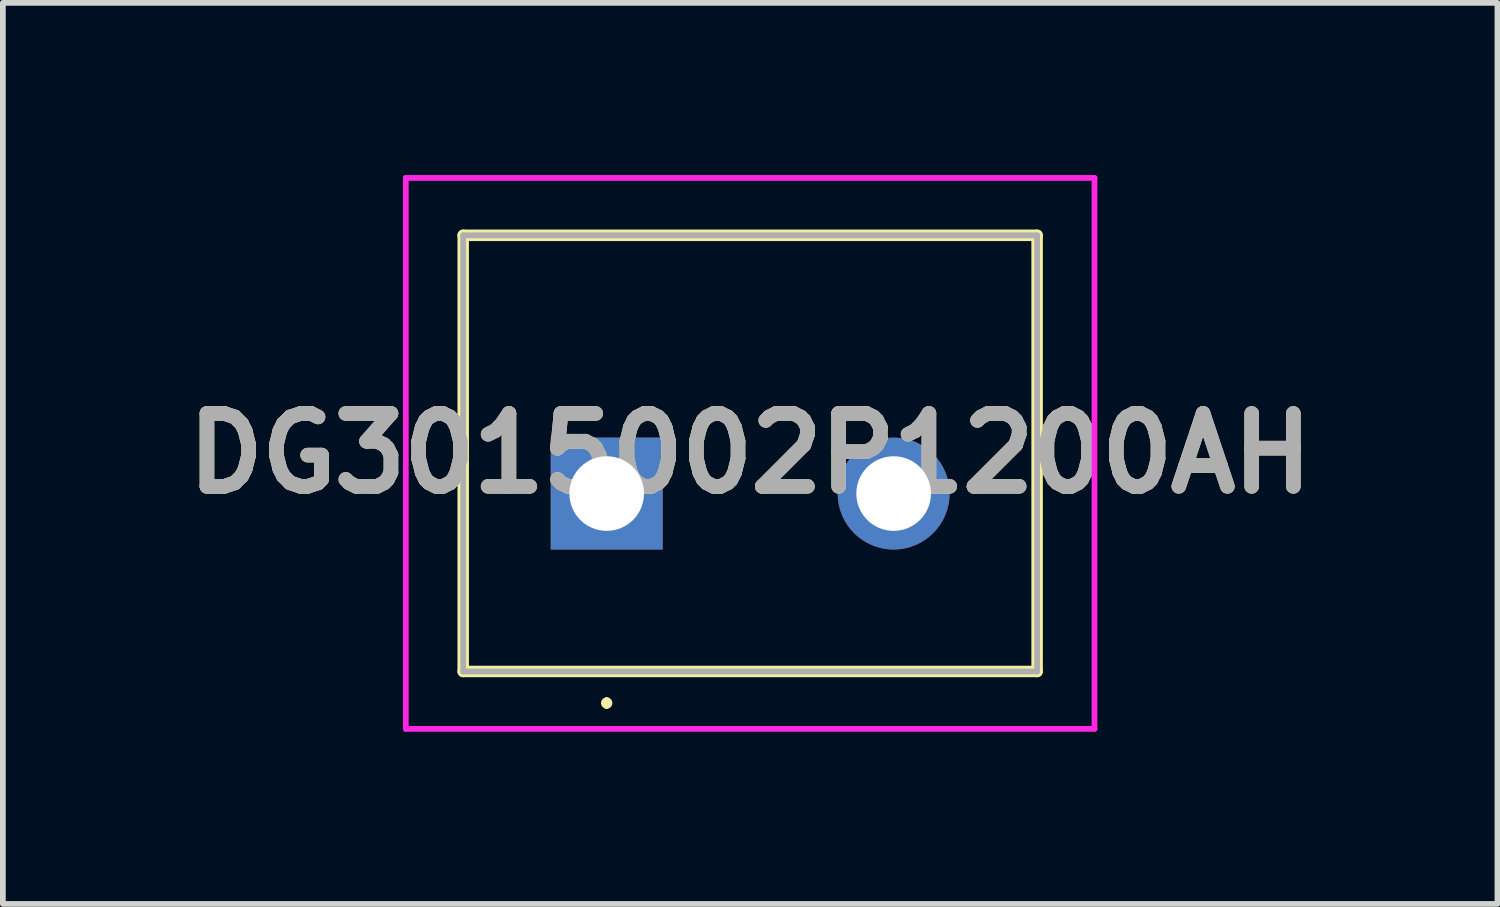
<source format=kicad_pcb>
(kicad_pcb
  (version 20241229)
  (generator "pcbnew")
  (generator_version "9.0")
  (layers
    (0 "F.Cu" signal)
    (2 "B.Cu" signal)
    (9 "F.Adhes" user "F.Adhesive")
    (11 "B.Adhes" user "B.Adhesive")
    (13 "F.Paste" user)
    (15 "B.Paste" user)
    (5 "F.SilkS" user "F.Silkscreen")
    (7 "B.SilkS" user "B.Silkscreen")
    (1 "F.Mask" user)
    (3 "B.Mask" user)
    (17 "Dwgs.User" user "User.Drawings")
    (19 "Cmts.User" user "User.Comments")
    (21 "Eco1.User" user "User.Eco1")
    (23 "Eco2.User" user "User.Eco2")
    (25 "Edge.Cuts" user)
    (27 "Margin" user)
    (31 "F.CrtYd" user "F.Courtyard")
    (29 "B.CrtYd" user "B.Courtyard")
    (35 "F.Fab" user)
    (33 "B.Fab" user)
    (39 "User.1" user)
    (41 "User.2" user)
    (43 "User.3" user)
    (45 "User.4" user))
  (footprint "DG3015002P1200AH"
    (layer "F.Cu")
    (at 7.521 5.55)
    (property "Reference" "DG3015002P1200AH" (at 2.5 -0.7 0) (layer "F.SilkS") (effects (font (size 1.27 1.27) (thickness 0.254))))
    (attr through_hole)
    (fp_line (start -2.5 -4.5) (end -2.5 3.1) (stroke (width 0.2) (type solid)) (layer "F.SilkS"))
    (fp_line (start -2.5 3.1) (end 7.5 3.1) (stroke (width 0.2) (type solid)) (layer "F.SilkS"))
    (fp_line (start 0 3.6) (end 0 3.6) (stroke (width 0.1) (type solid)) (layer "F.SilkS"))
    (fp_line (start 0 3.7) (end 0 3.7) (stroke (width 0.1) (type solid)) (layer "F.SilkS"))
    (fp_line (start 7.5 -4.5) (end -2.5 -4.5) (stroke (width 0.2) (type solid)) (layer "F.SilkS"))
    (fp_line (start 7.5 3.1) (end 7.5 -4.5) (stroke (width 0.2) (type solid)) (layer "F.SilkS"))
    (fp_arc (start 0 3.6) (mid 0.05 3.65) (end 0 3.7) (stroke (width 0.1) (type solid)) (layer "F.SilkS"))
    (fp_arc (start 0 3.7) (mid -0.05 3.65) (end 0 3.6) (stroke (width 0.1) (type solid)) (layer "F.SilkS"))
    (fp_line (start -3.5 -5.5) (end 8.5 -5.5) (stroke (width 0.1) (type solid)) (layer "F.CrtYd"))
    (fp_line (start -3.5 4.1) (end -3.5 -5.5) (stroke (width 0.1) (type solid)) (layer "F.CrtYd"))
    (fp_line (start 8.5 -5.5) (end 8.5 4.1) (stroke (width 0.1) (type solid)) (layer "F.CrtYd"))
    (fp_line (start 8.5 4.1) (end -3.5 4.1) (stroke (width 0.1) (type solid)) (layer "F.CrtYd"))
    (fp_line (start -2.5 -4.5) (end -2.5 3.1) (stroke (width 0.1) (type solid)) (layer "F.Fab"))
    (fp_line (start -2.5 3.1) (end 7.5 3.1) (stroke (width 0.1) (type solid)) (layer "F.Fab"))
    (fp_line (start 7.5 -4.5) (end -2.5 -4.5) (stroke (width 0.1) (type solid)) (layer "F.Fab"))
    (fp_line (start 7.5 3.1) (end 7.5 -4.5) (stroke (width 0.1) (type solid)) (layer "F.Fab"))
    (fp_text user "${REFERENCE}" (at 2.5 -0.7 0) (layer "F.Fab") (effects (font (size 1.27 1.27) (thickness 0.254))))
    (pad "1" thru_hole rect (at 0 0) (size 1.95 1.95) (drill 1.3) (layers "*.Cu" "*.Mask"))
    (pad "2" thru_hole circle (at 5 0) (size 1.95 1.95) (drill 1.3) (layers "*.Cu" "*.Mask")))
  (gr_rect
    (start -3 -3)
    (end 23.042 12.7)
    (stroke (width 0.1) (type default))
    (fill no)
    (layer "Edge.Cuts")))
</source>
